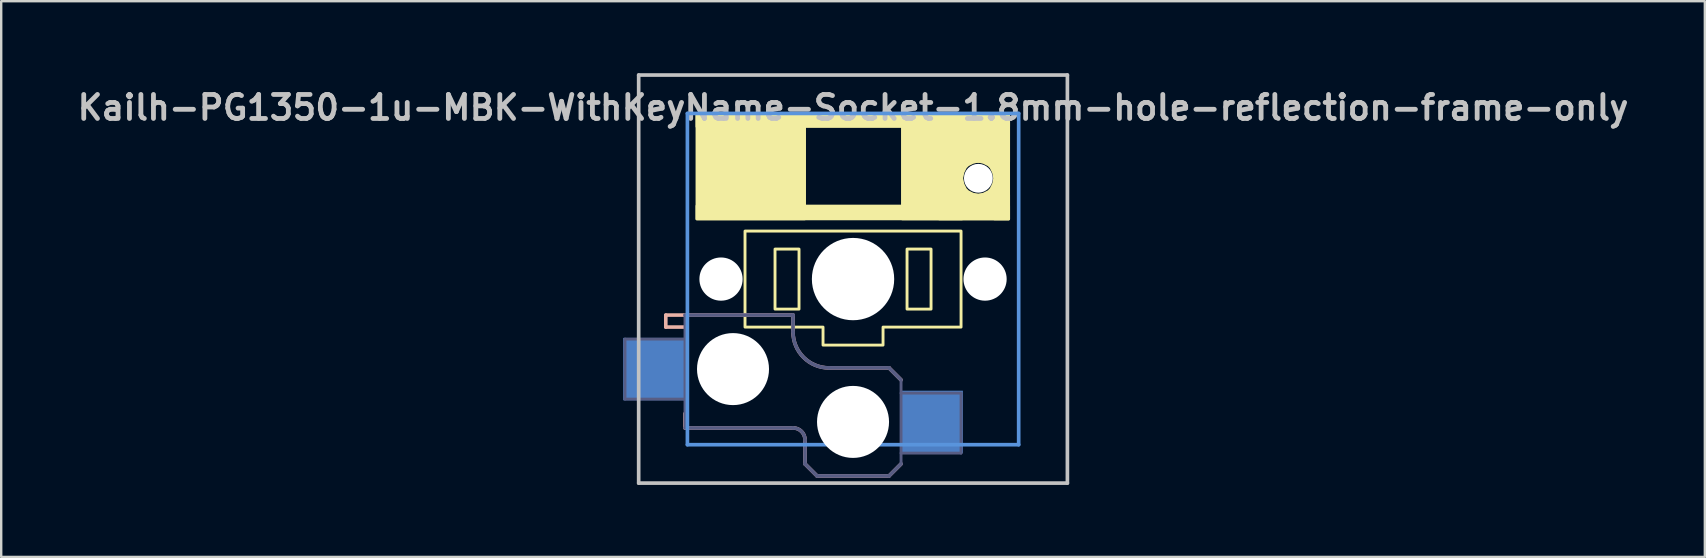
<source format=kicad_pcb>
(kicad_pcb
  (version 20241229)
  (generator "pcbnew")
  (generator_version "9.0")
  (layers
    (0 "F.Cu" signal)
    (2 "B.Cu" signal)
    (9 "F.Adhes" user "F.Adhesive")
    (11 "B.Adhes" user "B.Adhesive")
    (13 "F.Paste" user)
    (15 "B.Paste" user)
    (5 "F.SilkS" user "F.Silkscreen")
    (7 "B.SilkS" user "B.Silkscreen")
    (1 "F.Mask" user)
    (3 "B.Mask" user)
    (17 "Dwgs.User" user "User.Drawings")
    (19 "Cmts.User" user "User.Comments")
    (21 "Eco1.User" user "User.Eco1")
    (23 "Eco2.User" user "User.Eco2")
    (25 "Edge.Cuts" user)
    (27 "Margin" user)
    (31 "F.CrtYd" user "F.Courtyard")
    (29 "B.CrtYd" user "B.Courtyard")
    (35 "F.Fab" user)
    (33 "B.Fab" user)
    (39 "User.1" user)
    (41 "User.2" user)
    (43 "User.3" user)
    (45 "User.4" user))
  (footprint "Kailh-PG1350-1u-MBK-WithKeyName-Socket-1.8mm-hole-reflection-frame-only"
    (layer "F.Cu")
    (at 32.486 8.576)
    (property "Reference" "Kailh-PG1350-1u-MBK-WithKeyName-Socket-1.8mm-hole-reflection-frame-only" (at 0 -7.144 180) (layer "Dwgs.User") (effects (font (size 1 1) (thickness 0.2))))
    (attr through_hole)
    (fp_rect (start -3.25 -1.25) (end -2.25 1.25) (stroke (width 0.12) (type solid)) (fill no) (layer "F.SilkS"))
    (fp_rect (start 2.25 -1.25) (end 3.25 1.25) (stroke (width 0.12) (type solid)) (fill no) (layer "F.SilkS"))
    (fp_poly (pts (xy -2.01 -6.9) (xy -6.51 -6.9) (xy -6.51 -2.5) (xy -2.01 -2.5)) (stroke (width 0.1) (type solid)) (fill yes) (layer "F.SilkS"))
    (fp_poly (pts (xy 4.54 -6.9) (xy 2.05 -6.9) (xy 2.05 -2.5) (xy 4.54 -2.5)) (stroke (width 0.1) (type solid)) (fill yes) (layer "F.SilkS"))
    (fp_poly (pts (xy 6.49 -6.9) (xy -6.51 -6.9) (xy -6.51 -6.35) (xy 6.49 -6.35)) (stroke (width 0.1) (type solid)) (fill yes) (layer "F.SilkS"))
    (fp_poly (pts (xy 6.49 -6.9) (xy 3.59 -6.9) (xy 3.59 -4.89) (xy 6.49 -4.89)) (stroke (width 0.1) (type solid)) (fill yes) (layer "F.SilkS"))
    (fp_poly (pts (xy 6.49 -6.9) (xy 5.89 -6.9) (xy 5.89 -2.5) (xy 6.49 -2.5)) (stroke (width 0.1) (type solid)) (fill yes) (layer "F.SilkS"))
    (fp_poly (pts (xy 6.49 -3.51) (xy 3.59 -3.51) (xy 3.59 -2.5) (xy 6.49 -2.5)) (stroke (width 0.1) (type solid)) (fill yes) (layer "F.SilkS"))
    (fp_poly (pts (xy 6.49 -3.05) (xy -6.51 -3.05) (xy -6.51 -2.5) (xy 6.49 -2.5)) (stroke (width 0.1) (type solid)) (fill yes) (layer "F.SilkS"))
    (fp_poly (pts (xy 4.59 -4.45) (xy 4.69 -4.65) (xy 4.79 -4.75) (xy 4.99 -4.85) (xy 5.19 -4.9) (xy 4.54 -4.9) (xy 4.54 -4.25)) (stroke (width 0.1) (type solid)) (fill yes) (layer "F.SilkS"))
    (fp_poly (pts (xy 4.99 -3.55) (xy 4.79 -3.65) (xy 4.69 -3.75) (xy 4.59 -3.95) (xy 4.54 -4.15) (xy 4.54 -3.5) (xy 5.19 -3.5)) (stroke (width 0.1) (type solid)) (fill yes) (layer "F.SilkS"))
    (fp_poly (pts (xy 5.44 -4.85) (xy 5.64 -4.75) (xy 5.74 -4.65) (xy 5.84 -4.45) (xy 5.89 -4.25) (xy 5.89 -4.9) (xy 5.24 -4.9)) (stroke (width 0.1) (type solid)) (fill yes) (layer "F.SilkS"))
    (fp_poly (pts (xy 5.84 -3.95) (xy 5.74 -3.75) (xy 5.64 -3.65) (xy 5.44 -3.55) (xy 5.24 -3.5) (xy 5.89 -3.5) (xy 5.89 -4.15)) (stroke (width 0.1) (type solid)) (fill yes) (layer "F.SilkS"))
    (fp_poly (pts (xy 4.5 2) (xy 1.25 2) (xy 1.25 2.75) (xy -1.25 2.75) (xy -1.25 2) (xy -4.5 2) (xy -4.5 -2) (xy 4.5 -2)) (stroke (width 0.12) (type solid)) (fill no) (layer "F.SilkS"))
    (fp_line (start -7.8 1.5) (end -7.8 2) (stroke (width 0.15) (type solid)) (layer "B.SilkS"))
    (fp_line (start -7 2) (end -7.8 2) (stroke (width 0.15) (type solid)) (layer "B.SilkS"))
    (fp_line (start -7 5.6) (end -7 6.2) (stroke (width 0.15) (type solid)) (layer "B.SilkS"))
    (fp_line (start -7 6.2) (end -2.5 6.2) (stroke (width 0.15) (type solid)) (layer "B.SilkS"))
    (fp_line (start -2.5 1.5) (end -7.8 1.5) (stroke (width 0.15) (type solid)) (layer "B.SilkS"))
    (fp_line (start -2.5 2.2) (end -2.5 1.5) (stroke (width 0.15) (type solid)) (layer "B.SilkS"))
    (fp_line (start -2 6.7) (end -2 7.7) (stroke (width 0.15) (type solid)) (layer "B.SilkS"))
    (fp_line (start -1.5 8.2) (end -2 7.7) (stroke (width 0.15) (type solid)) (layer "B.SilkS"))
    (fp_line (start 1.5 3.7) (end -1 3.7) (stroke (width 0.15) (type solid)) (layer "B.SilkS"))
    (fp_line (start 1.5 8.2) (end -1.5 8.2) (stroke (width 0.15) (type solid)) (layer "B.SilkS"))
    (fp_line (start 2 4.2) (end 1.5 3.7) (stroke (width 0.15) (type solid)) (layer "B.SilkS"))
    (fp_line (start 2 7.7) (end 1.5 8.2) (stroke (width 0.15) (type solid)) (layer "B.SilkS"))
    (fp_arc (start -2.5 6.2) (mid -2.146447 6.346447) (end -2 6.7) (stroke (width 0.15) (type solid)) (layer "B.SilkS"))
    (fp_arc (start -1 3.7) (mid -2.06066 3.26066) (end -2.5 2.2) (stroke (width 0.15) (type solid)) (layer "B.SilkS"))
    (fp_line (start -8.93 -8.5) (end 8.93 -8.5) (stroke (width 0.152) (type solid)) (layer "Dwgs.User"))
    (fp_line (start -8.93 8.5) (end -8.93 -8.5) (stroke (width 0.152) (type solid)) (layer "Dwgs.User"))
    (fp_line (start 8.93 -8.5) (end 8.93 8.5) (stroke (width 0.152) (type solid)) (layer "Dwgs.User"))
    (fp_line (start 8.93 8.5) (end -8.93 8.5) (stroke (width 0.152) (type solid)) (layer "Dwgs.User"))
    (fp_line (start -6.9 -6.9) (end 6.9 -6.9) (stroke (width 0.152) (type solid)) (layer "Cmts.User"))
    (fp_line (start -6.9 6.9) (end -6.9 -6.9) (stroke (width 0.152) (type solid)) (layer "Cmts.User"))
    (fp_line (start 6.9 -6.9) (end 6.9 6.9) (stroke (width 0.152) (type solid)) (layer "Cmts.User"))
    (fp_line (start 6.9 6.9) (end -6.9 6.9) (stroke (width 0.152) (type solid)) (layer "Cmts.User"))
    (fp_line (start -7.5 -7.5) (end 7.5 -7.5) (stroke (width 0.152) (type solid)) (layer "Eco2.User"))
    (fp_line (start -7.5 7.5) (end -7.5 -7.5) (stroke (width 0.152) (type solid)) (layer "Eco2.User"))
    (fp_line (start -2.6 -3.1) (end -2.6 -6.3) (stroke (width 0.15) (type solid)) (layer "Eco2.User"))
    (fp_line (start -2.6 -3.1) (end 2.6 -3.1) (stroke (width 0.15) (type solid)) (layer "Eco2.User"))
    (fp_line (start 2.6 -6.3) (end -2.6 -6.3) (stroke (width 0.15) (type solid)) (layer "Eco2.User"))
    (fp_line (start 2.6 -3.1) (end 2.6 -6.3) (stroke (width 0.15) (type solid)) (layer "Eco2.User"))
    (fp_line (start 7.5 -7.5) (end 7.5 7.5) (stroke (width 0.152) (type solid)) (layer "Eco2.User"))
    (fp_line (start 7.5 7.5) (end -7.5 7.5) (stroke (width 0.152) (type solid)) (layer "Eco2.User"))
    (fp_line (start -9.5 2.5) (end -7 2.5) (stroke (width 0.12) (type solid)) (layer "B.Fab"))
    (fp_line (start -9.5 5) (end -9.5 2.5) (stroke (width 0.12) (type solid)) (layer "B.Fab"))
    (fp_line (start -7 1.5) (end -7 6.2) (stroke (width 0.12) (type solid)) (layer "B.Fab"))
    (fp_line (start -7 5) (end -9.5 5) (stroke (width 0.12) (type solid)) (layer "B.Fab"))
    (fp_line (start -7 6.2) (end -2.5 6.2) (stroke (width 0.15) (type solid)) (layer "B.Fab"))
    (fp_line (start -2.5 1.5) (end -7 1.5) (stroke (width 0.15) (type solid)) (layer "B.Fab"))
    (fp_line (start -2.5 2.2) (end -2.5 1.5) (stroke (width 0.15) (type solid)) (layer "B.Fab"))
    (fp_line (start -2 6.7) (end -2 7.7) (stroke (width 0.15) (type solid)) (layer "B.Fab"))
    (fp_line (start -1.5 8.2) (end -2 7.7) (stroke (width 0.15) (type solid)) (layer "B.Fab"))
    (fp_line (start 1.5 3.7) (end -1 3.7) (stroke (width 0.15) (type solid)) (layer "B.Fab"))
    (fp_line (start 1.5 8.2) (end -1.5 8.2) (stroke (width 0.15) (type solid)) (layer "B.Fab"))
    (fp_line (start 2 4.2) (end 1.5 3.7) (stroke (width 0.15) (type solid)) (layer "B.Fab"))
    (fp_line (start 2 4.25) (end 2 7.7) (stroke (width 0.12) (type solid)) (layer "B.Fab"))
    (fp_line (start 2 4.75) (end 4.5 4.75) (stroke (width 0.12) (type solid)) (layer "B.Fab"))
    (fp_line (start 2 7.7) (end 1.5 8.2) (stroke (width 0.15) (type solid)) (layer "B.Fab"))
    (fp_line (start 4.5 4.75) (end 4.5 7.25) (stroke (width 0.12) (type solid)) (layer "B.Fab"))
    (fp_line (start 4.5 7.25) (end 2 7.25) (stroke (width 0.12) (type solid)) (layer "B.Fab"))
    (fp_arc (start -2.5 6.2) (mid -2.146447 6.346447) (end -2 6.7) (stroke (width 0.15) (type solid)) (layer "B.Fab"))
    (fp_arc (start -1 3.7) (mid -2.06066 3.26066) (end -2.5 2.2) (stroke (width 0.15) (type solid)) (layer "B.Fab"))
    (pad "" np_thru_hole circle (at -5.5 0 180) (size 1.8 1.8) (drill 1.8) (layers "*.Cu" "*.Mask"))
    (pad "" np_thru_hole circle (at -5 3.75) (size 3 3) (drill 3) (layers "*.Cu" "*.Mask"))
    (pad "" np_thru_hole circle (at 0 0) (size 3.429 3.429) (drill 3.429) (layers "*.Cu" "*.Mask"))
    (pad "" np_thru_hole circle (at 0 5.95) (size 3 3) (drill 3) (layers "*.Cu" "*.Mask"))
    (pad "" np_thru_hole circle (at 5.22 -4.2 180) (size 1.2 1.2) (drill 1.2) (layers "*.Cu" "*.Mask"))
    (pad "" np_thru_hole circle (at 5.5 0 180) (size 1.8 1.8) (drill 1.8) (layers "*.Cu" "*.Mask"))
    (pad "1" smd rect (at 3.275 5.95) (size 2.6 2.6) (layers "B.Cu" "B.Mask" "B.Paste"))
    (pad "2" smd rect (at -8.275 3.75) (size 2.6 2.6) (layers "B.Cu" "B.Mask" "B.Paste")))
  (gr_rect
    (start -3 -3)
    (end 67.971 20.152)
    (stroke (width 0.1) (type default))
    (fill no)
    (layer "Edge.Cuts")))
</source>
